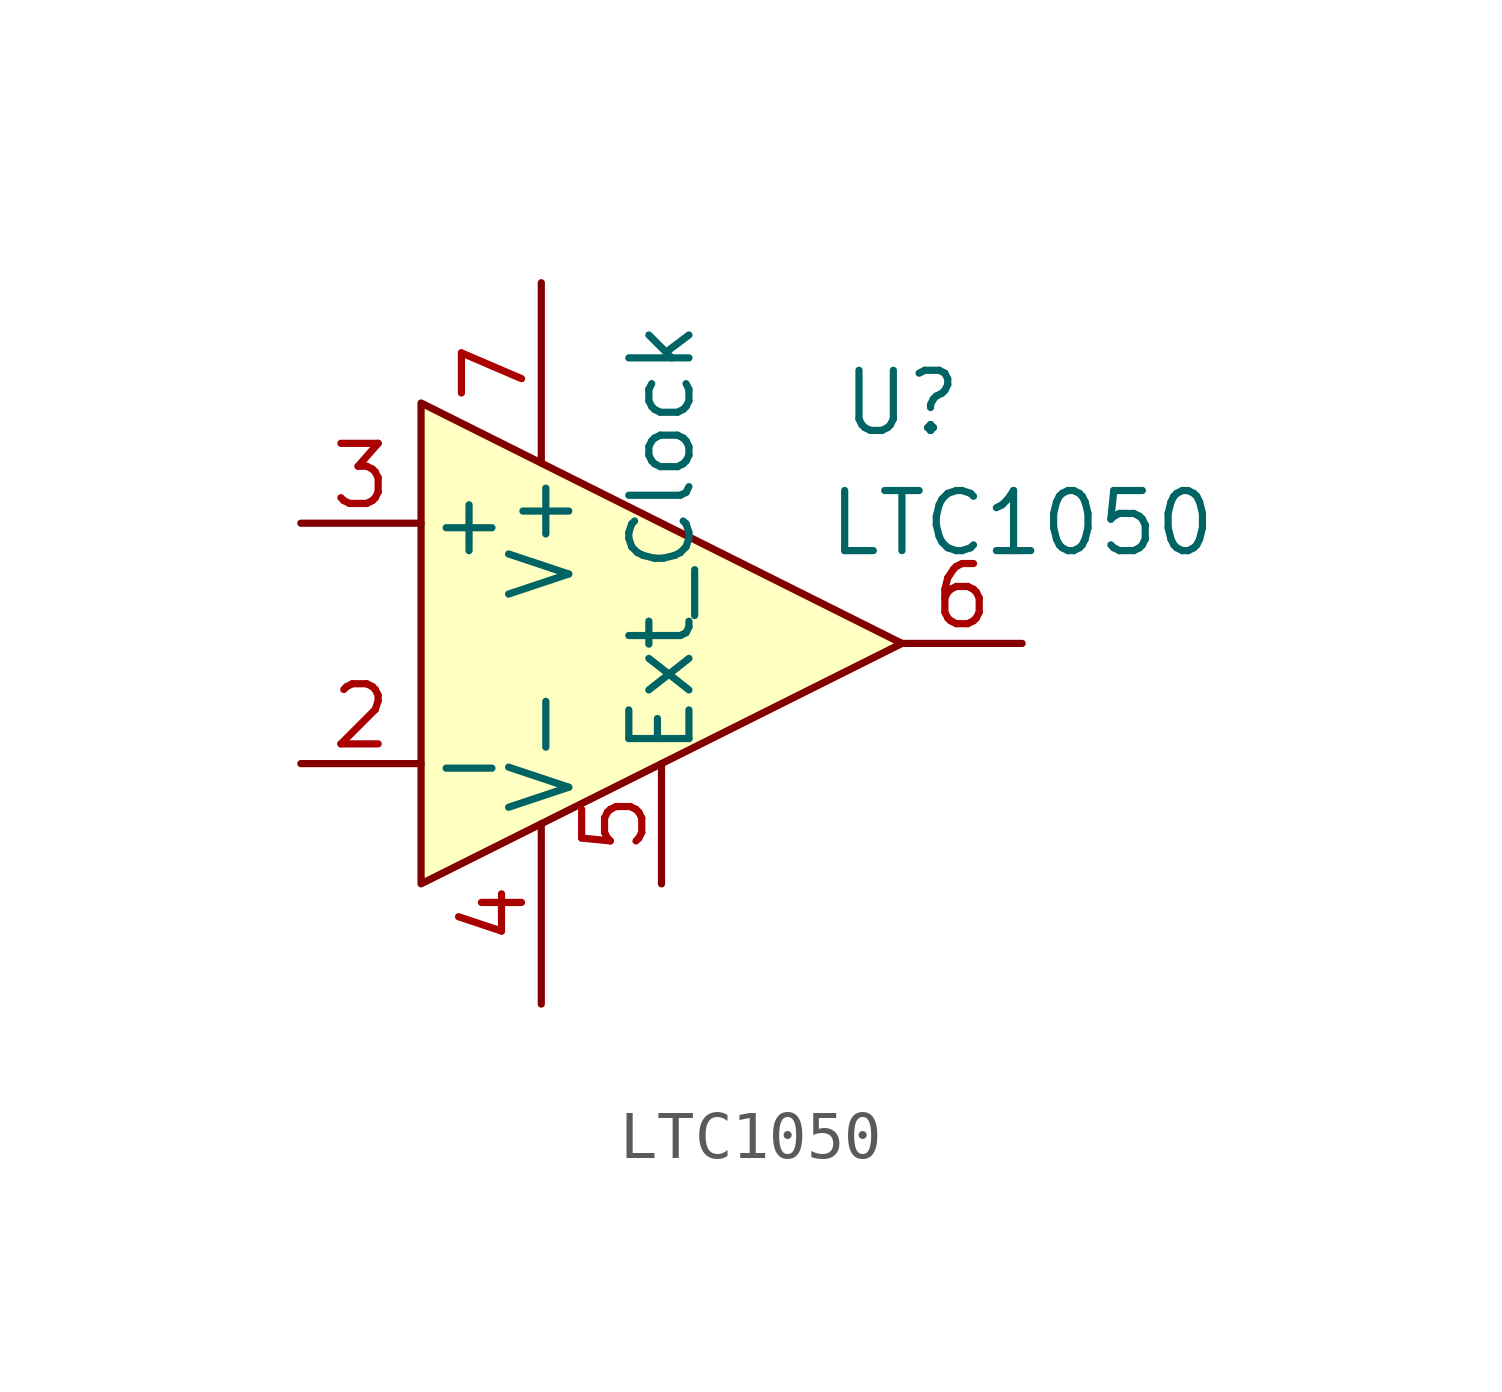
<source format=kicad_sym>
(kicad_symbol_lib
  (version 20241209)
  (generator "kicad_symbol_editor")
  (generator_version "9.0")
  (symbol "LTC1050"
    (pin_names
      (offset 0.127))
    (property "Reference" "U"
      (at 5.08 5.08 0)
      (effects (font (size 1.27 1.27))))
    (property "Value" "LTC1050"
      (at 7.62 2.54 0)
      (effects (font (size 1.27 1.27))))
    (symbol "LTC1050_1_1"
      (polyline (pts (xy -5.08 5.08) (xy -5.08 -5.08) (xy 5.08 0) (xy -5.08 5.08)) (stroke (width 0) (type solid)) (fill (type background)))
      (pin input line (at -7.62 2.54 0) (length 2.54) (name "+" (effects (font (size 1.27 1.27)))) (number "3" (effects (font (size 1.27 1.27)))))
      (pin input line (at -7.62 -2.54 0) (length 2.54) (name "-" (effects (font (size 1.27 1.27)))) (number "2" (effects (font (size 1.27 1.27)))))
      (pin power_in line (at -2.54 7.62 270) (length 3.81) (name "V+" (effects (font (size 1.27 1.27)))) (number "7" (effects (font (size 1.27 1.27)))))
      (pin power_in line (at -2.54 -7.62 90) (length 3.81) (name "V-" (effects (font (size 1.27 1.27)))) (number "4" (effects (font (size 1.27 1.27)))))
      (pin no_connect line (at 0 2.54 270) (length 3.81) (hide yes) (name "NC" (effects (font (size 1.27 1.27)))) (number "8" (effects (font (size 1.27 1.27)))))
      (pin input line (at 0 -5.08 90) (length 2.54) (name "Ext_Clock" (effects (font (size 1.27 1.27)))) (number "5" (effects (font (size 1.27 1.27)))))
      (pin output line (at 7.62 0 180) (length 2.54) (name "~" (effects (font (size 1.27 1.27)))) (number "6" (effects (font (size 1.27 1.27))))))))
</source>
